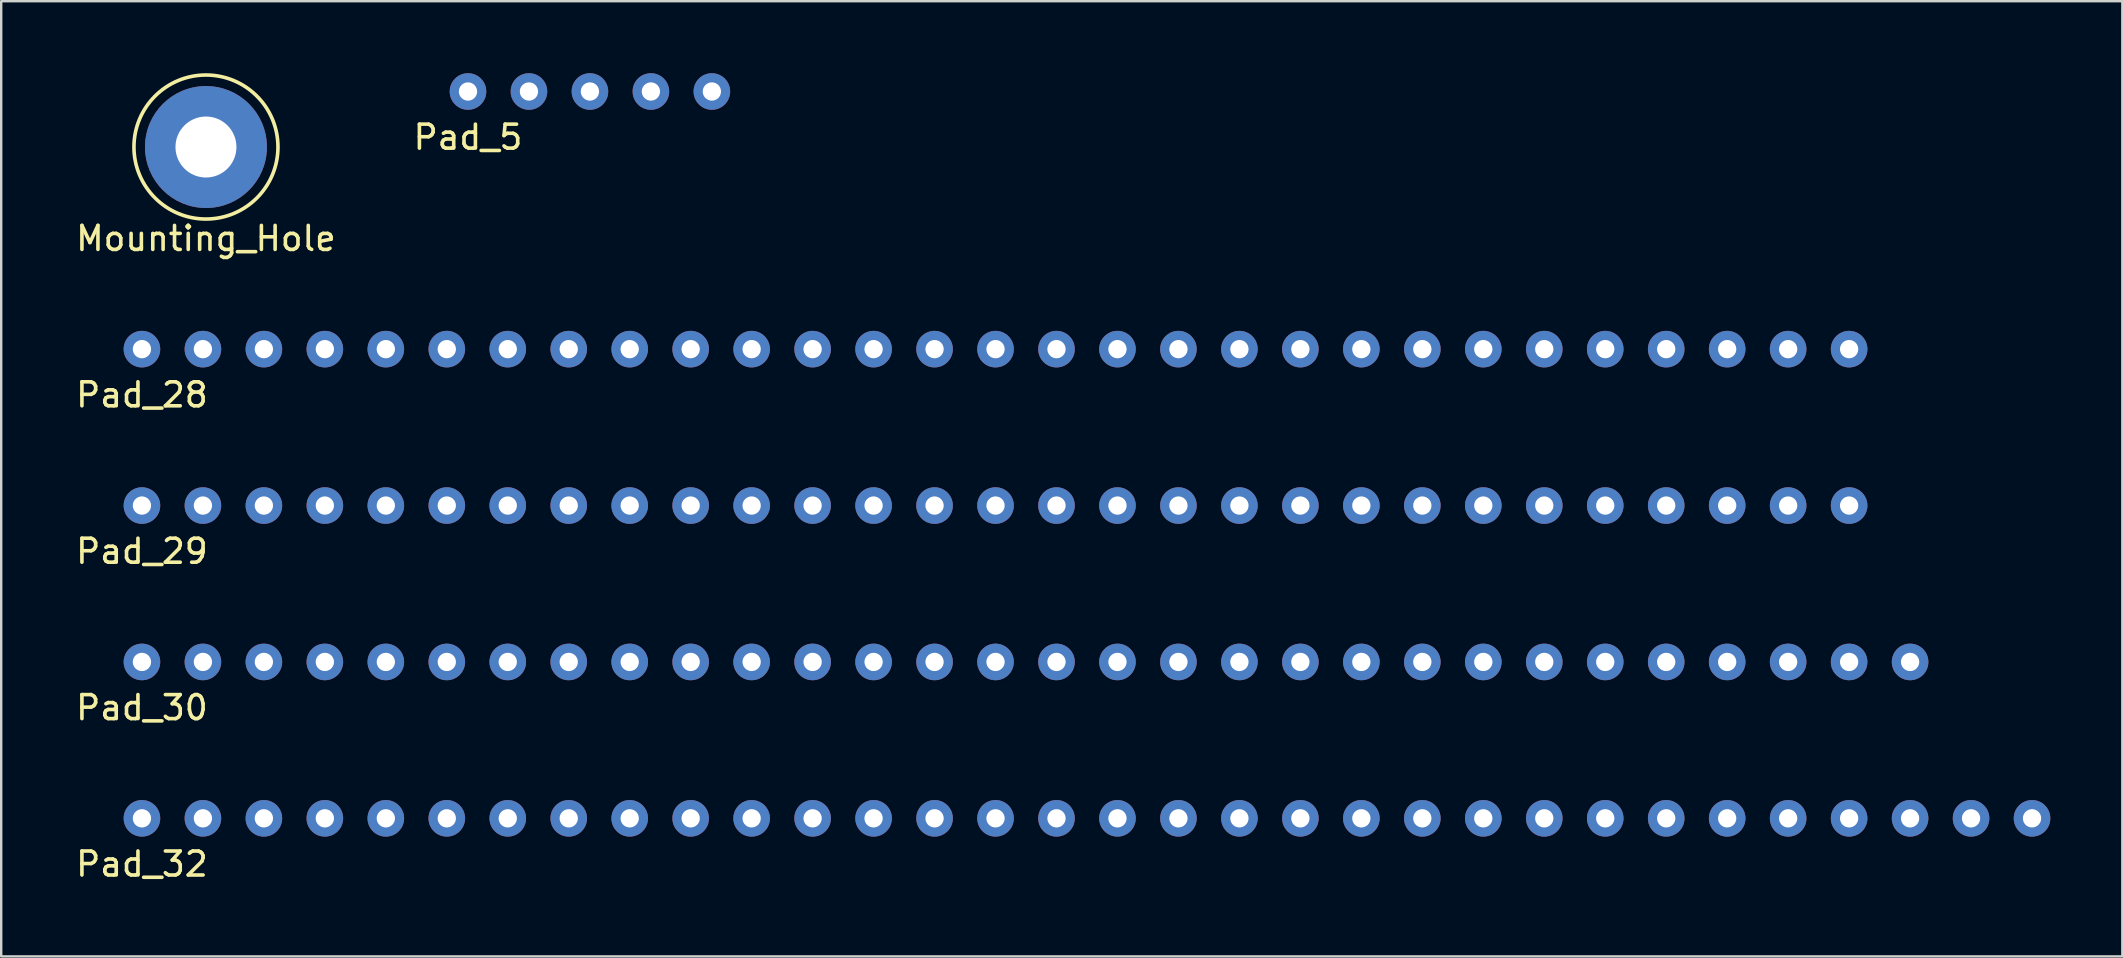
<source format=kicad_pcb>
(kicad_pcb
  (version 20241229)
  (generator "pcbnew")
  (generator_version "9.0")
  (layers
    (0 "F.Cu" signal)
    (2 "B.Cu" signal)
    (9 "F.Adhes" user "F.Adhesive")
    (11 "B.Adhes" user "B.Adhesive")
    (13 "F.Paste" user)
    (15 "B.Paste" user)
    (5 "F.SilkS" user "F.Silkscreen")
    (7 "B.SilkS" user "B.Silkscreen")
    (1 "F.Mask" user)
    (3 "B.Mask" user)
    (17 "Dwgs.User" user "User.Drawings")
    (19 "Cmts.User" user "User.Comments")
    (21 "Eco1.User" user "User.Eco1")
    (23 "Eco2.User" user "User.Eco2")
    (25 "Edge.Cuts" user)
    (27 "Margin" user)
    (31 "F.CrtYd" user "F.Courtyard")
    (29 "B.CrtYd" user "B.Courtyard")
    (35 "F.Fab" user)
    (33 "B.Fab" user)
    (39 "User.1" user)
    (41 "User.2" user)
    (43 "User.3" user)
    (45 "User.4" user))
  (footprint "Pad_32"
    (layer "F.Cu")
    (at 2.863 31.041)
    (property "Reference" "Pad_32" (at 0 1.905 0) (layer "F.SilkS") (effects (font (size 1 1) (thickness 0.15))))
    (attr through_hole)
    (pad "1" thru_hole circle (at 0 0) (size 1.524 1.524) (drill 0.762) (layers "*.Cu" "*.Mask"))
    (pad "1" thru_hole circle (at 2.54 0) (size 1.524 1.524) (drill 0.762) (layers "*.Cu" "*.Mask"))
    (pad "1" thru_hole circle (at 5.08 0) (size 1.524 1.524) (drill 0.762) (layers "*.Cu" "*.Mask"))
    (pad "1" thru_hole circle (at 7.62 0) (size 1.524 1.524) (drill 0.762) (layers "*.Cu" "*.Mask"))
    (pad "1" thru_hole circle (at 10.16 0) (size 1.524 1.524) (drill 0.762) (layers "*.Cu" "*.Mask"))
    (pad "1" thru_hole circle (at 12.7 0) (size 1.524 1.524) (drill 0.762) (layers "*.Cu" "*.Mask"))
    (pad "1" thru_hole circle (at 15.24 0) (size 1.524 1.524) (drill 0.762) (layers "*.Cu" "*.Mask"))
    (pad "1" thru_hole circle (at 17.78 0) (size 1.524 1.524) (drill 0.762) (layers "*.Cu" "*.Mask"))
    (pad "1" thru_hole circle (at 20.32 0) (size 1.524 1.524) (drill 0.762) (layers "*.Cu" "*.Mask"))
    (pad "1" thru_hole circle (at 22.86 0) (size 1.524 1.524) (drill 0.762) (layers "*.Cu" "*.Mask"))
    (pad "1" thru_hole circle (at 25.4 0) (size 1.524 1.524) (drill 0.762) (layers "*.Cu" "*.Mask"))
    (pad "1" thru_hole circle (at 27.94 0) (size 1.524 1.524) (drill 0.762) (layers "*.Cu" "*.Mask"))
    (pad "1" thru_hole circle (at 30.48 0) (size 1.524 1.524) (drill 0.762) (layers "*.Cu" "*.Mask"))
    (pad "1" thru_hole circle (at 33.02 0) (size 1.524 1.524) (drill 0.762) (layers "*.Cu" "*.Mask"))
    (pad "1" thru_hole circle (at 35.56 0) (size 1.524 1.524) (drill 0.762) (layers "*.Cu" "*.Mask"))
    (pad "1" thru_hole circle (at 38.1 0) (size 1.524 1.524) (drill 0.762) (layers "*.Cu" "*.Mask"))
    (pad "1" thru_hole circle (at 40.64 0) (size 1.524 1.524) (drill 0.762) (layers "*.Cu" "*.Mask"))
    (pad "1" thru_hole circle (at 43.18 0) (size 1.524 1.524) (drill 0.762) (layers "*.Cu" "*.Mask"))
    (pad "1" thru_hole circle (at 45.72 0) (size 1.524 1.524) (drill 0.762) (layers "*.Cu" "*.Mask"))
    (pad "1" thru_hole circle (at 48.26 0) (size 1.524 1.524) (drill 0.762) (layers "*.Cu" "*.Mask"))
    (pad "1" thru_hole circle (at 50.8 0) (size 1.524 1.524) (drill 0.762) (layers "*.Cu" "*.Mask"))
    (pad "1" thru_hole circle (at 53.34 0) (size 1.524 1.524) (drill 0.762) (layers "*.Cu" "*.Mask"))
    (pad "1" thru_hole circle (at 55.88 0) (size 1.524 1.524) (drill 0.762) (layers "*.Cu" "*.Mask"))
    (pad "1" thru_hole circle (at 58.42 0) (size 1.524 1.524) (drill 0.762) (layers "*.Cu" "*.Mask"))
    (pad "1" thru_hole circle (at 60.96 0) (size 1.524 1.524) (drill 0.762) (layers "*.Cu" "*.Mask"))
    (pad "1" thru_hole circle (at 63.5 0) (size 1.524 1.524) (drill 0.762) (layers "*.Cu" "*.Mask"))
    (pad "1" thru_hole circle (at 66.04 0) (size 1.524 1.524) (drill 0.762) (layers "*.Cu" "*.Mask"))
    (pad "1" thru_hole circle (at 68.58 0) (size 1.524 1.524) (drill 0.762) (layers "*.Cu" "*.Mask"))
    (pad "1" thru_hole circle (at 71.12 0) (size 1.524 1.524) (drill 0.762) (layers "*.Cu" "*.Mask"))
    (pad "1" thru_hole circle (at 73.66 0) (size 1.524 1.524) (drill 0.762) (layers "*.Cu" "*.Mask"))
    (pad "1" thru_hole circle (at 76.2 0) (size 1.524 1.524) (drill 0.762) (layers "*.Cu" "*.Mask"))
    (pad "1" thru_hole circle (at 78.74 0) (size 1.524 1.524) (drill 0.762) (layers "*.Cu" "*.Mask")))
  (footprint "Pad_30"
    (layer "F.Cu")
    (at 2.863 24.526)
    (property "Reference" "Pad_30" (at 0 1.905 0) (layer "F.SilkS") (effects (font (size 1 1) (thickness 0.15))))
    (attr through_hole)
    (pad "1" thru_hole circle (at 0 0) (size 1.524 1.524) (drill 0.762) (layers "*.Cu" "*.Mask"))
    (pad "1" thru_hole circle (at 2.54 0) (size 1.524 1.524) (drill 0.762) (layers "*.Cu" "*.Mask"))
    (pad "1" thru_hole circle (at 5.08 0) (size 1.524 1.524) (drill 0.762) (layers "*.Cu" "*.Mask"))
    (pad "1" thru_hole circle (at 7.62 0) (size 1.524 1.524) (drill 0.762) (layers "*.Cu" "*.Mask"))
    (pad "1" thru_hole circle (at 10.16 0) (size 1.524 1.524) (drill 0.762) (layers "*.Cu" "*.Mask"))
    (pad "1" thru_hole circle (at 12.7 0) (size 1.524 1.524) (drill 0.762) (layers "*.Cu" "*.Mask"))
    (pad "1" thru_hole circle (at 15.24 0) (size 1.524 1.524) (drill 0.762) (layers "*.Cu" "*.Mask"))
    (pad "1" thru_hole circle (at 17.78 0) (size 1.524 1.524) (drill 0.762) (layers "*.Cu" "*.Mask"))
    (pad "1" thru_hole circle (at 20.32 0) (size 1.524 1.524) (drill 0.762) (layers "*.Cu" "*.Mask"))
    (pad "1" thru_hole circle (at 22.86 0) (size 1.524 1.524) (drill 0.762) (layers "*.Cu" "*.Mask"))
    (pad "1" thru_hole circle (at 25.4 0) (size 1.524 1.524) (drill 0.762) (layers "*.Cu" "*.Mask"))
    (pad "1" thru_hole circle (at 27.94 0) (size 1.524 1.524) (drill 0.762) (layers "*.Cu" "*.Mask"))
    (pad "1" thru_hole circle (at 30.48 0) (size 1.524 1.524) (drill 0.762) (layers "*.Cu" "*.Mask"))
    (pad "1" thru_hole circle (at 33.02 0) (size 1.524 1.524) (drill 0.762) (layers "*.Cu" "*.Mask"))
    (pad "1" thru_hole circle (at 35.56 0) (size 1.524 1.524) (drill 0.762) (layers "*.Cu" "*.Mask"))
    (pad "1" thru_hole circle (at 38.1 0) (size 1.524 1.524) (drill 0.762) (layers "*.Cu" "*.Mask"))
    (pad "1" thru_hole circle (at 40.64 0) (size 1.524 1.524) (drill 0.762) (layers "*.Cu" "*.Mask"))
    (pad "1" thru_hole circle (at 43.18 0) (size 1.524 1.524) (drill 0.762) (layers "*.Cu" "*.Mask"))
    (pad "1" thru_hole circle (at 45.72 0) (size 1.524 1.524) (drill 0.762) (layers "*.Cu" "*.Mask"))
    (pad "1" thru_hole circle (at 48.26 0) (size 1.524 1.524) (drill 0.762) (layers "*.Cu" "*.Mask"))
    (pad "1" thru_hole circle (at 50.8 0) (size 1.524 1.524) (drill 0.762) (layers "*.Cu" "*.Mask"))
    (pad "1" thru_hole circle (at 53.34 0) (size 1.524 1.524) (drill 0.762) (layers "*.Cu" "*.Mask"))
    (pad "1" thru_hole circle (at 55.88 0) (size 1.524 1.524) (drill 0.762) (layers "*.Cu" "*.Mask"))
    (pad "1" thru_hole circle (at 58.42 0) (size 1.524 1.524) (drill 0.762) (layers "*.Cu" "*.Mask"))
    (pad "1" thru_hole circle (at 60.96 0) (size 1.524 1.524) (drill 0.762) (layers "*.Cu" "*.Mask"))
    (pad "1" thru_hole circle (at 63.5 0) (size 1.524 1.524) (drill 0.762) (layers "*.Cu" "*.Mask"))
    (pad "1" thru_hole circle (at 66.04 0) (size 1.524 1.524) (drill 0.762) (layers "*.Cu" "*.Mask"))
    (pad "1" thru_hole circle (at 68.58 0) (size 1.524 1.524) (drill 0.762) (layers "*.Cu" "*.Mask"))
    (pad "1" thru_hole circle (at 71.12 0) (size 1.524 1.524) (drill 0.762) (layers "*.Cu" "*.Mask"))
    (pad "1" thru_hole circle (at 73.66 0) (size 1.524 1.524) (drill 0.762) (layers "*.Cu" "*.Mask")))
  (footprint "Pad_29"
    (layer "F.Cu")
    (at 2.863 18.011)
    (property "Reference" "Pad_29" (at 0 1.905 0) (layer "F.SilkS") (effects (font (size 1 1) (thickness 0.15))))
    (attr through_hole)
    (pad "1" thru_hole circle (at 0 0) (size 1.524 1.524) (drill 0.762) (layers "*.Cu" "*.Mask"))
    (pad "1" thru_hole circle (at 2.54 0) (size 1.524 1.524) (drill 0.762) (layers "*.Cu" "*.Mask"))
    (pad "1" thru_hole circle (at 5.08 0) (size 1.524 1.524) (drill 0.762) (layers "*.Cu" "*.Mask"))
    (pad "1" thru_hole circle (at 7.62 0) (size 1.524 1.524) (drill 0.762) (layers "*.Cu" "*.Mask"))
    (pad "1" thru_hole circle (at 10.16 0) (size 1.524 1.524) (drill 0.762) (layers "*.Cu" "*.Mask"))
    (pad "1" thru_hole circle (at 12.7 0) (size 1.524 1.524) (drill 0.762) (layers "*.Cu" "*.Mask"))
    (pad "1" thru_hole circle (at 15.24 0) (size 1.524 1.524) (drill 0.762) (layers "*.Cu" "*.Mask"))
    (pad "1" thru_hole circle (at 17.78 0) (size 1.524 1.524) (drill 0.762) (layers "*.Cu" "*.Mask"))
    (pad "1" thru_hole circle (at 20.32 0) (size 1.524 1.524) (drill 0.762) (layers "*.Cu" "*.Mask"))
    (pad "1" thru_hole circle (at 22.86 0) (size 1.524 1.524) (drill 0.762) (layers "*.Cu" "*.Mask"))
    (pad "1" thru_hole circle (at 25.4 0) (size 1.524 1.524) (drill 0.762) (layers "*.Cu" "*.Mask"))
    (pad "1" thru_hole circle (at 27.94 0) (size 1.524 1.524) (drill 0.762) (layers "*.Cu" "*.Mask"))
    (pad "1" thru_hole circle (at 30.48 0) (size 1.524 1.524) (drill 0.762) (layers "*.Cu" "*.Mask"))
    (pad "1" thru_hole circle (at 33.02 0) (size 1.524 1.524) (drill 0.762) (layers "*.Cu" "*.Mask"))
    (pad "1" thru_hole circle (at 35.56 0) (size 1.524 1.524) (drill 0.762) (layers "*.Cu" "*.Mask"))
    (pad "1" thru_hole circle (at 38.1 0) (size 1.524 1.524) (drill 0.762) (layers "*.Cu" "*.Mask"))
    (pad "1" thru_hole circle (at 40.64 0) (size 1.524 1.524) (drill 0.762) (layers "*.Cu" "*.Mask"))
    (pad "1" thru_hole circle (at 43.18 0) (size 1.524 1.524) (drill 0.762) (layers "*.Cu" "*.Mask"))
    (pad "1" thru_hole circle (at 45.72 0) (size 1.524 1.524) (drill 0.762) (layers "*.Cu" "*.Mask"))
    (pad "1" thru_hole circle (at 48.26 0) (size 1.524 1.524) (drill 0.762) (layers "*.Cu" "*.Mask"))
    (pad "1" thru_hole circle (at 50.8 0) (size 1.524 1.524) (drill 0.762) (layers "*.Cu" "*.Mask"))
    (pad "1" thru_hole circle (at 53.34 0) (size 1.524 1.524) (drill 0.762) (layers "*.Cu" "*.Mask"))
    (pad "1" thru_hole circle (at 55.88 0) (size 1.524 1.524) (drill 0.762) (layers "*.Cu" "*.Mask"))
    (pad "1" thru_hole circle (at 58.42 0) (size 1.524 1.524) (drill 0.762) (layers "*.Cu" "*.Mask"))
    (pad "1" thru_hole circle (at 60.96 0) (size 1.524 1.524) (drill 0.762) (layers "*.Cu" "*.Mask"))
    (pad "1" thru_hole circle (at 63.5 0) (size 1.524 1.524) (drill 0.762) (layers "*.Cu" "*.Mask"))
    (pad "1" thru_hole circle (at 66.04 0) (size 1.524 1.524) (drill 0.762) (layers "*.Cu" "*.Mask"))
    (pad "1" thru_hole circle (at 68.58 0) (size 1.524 1.524) (drill 0.762) (layers "*.Cu" "*.Mask"))
    (pad "1" thru_hole circle (at 71.12 0) (size 1.524 1.524) (drill 0.762) (layers "*.Cu" "*.Mask")))
  (footprint "Mounting_Hole"
    (layer "F.Cu")
    (at 5.53 3.075)
    (property "Reference" "Mounting_Hole" (at 0 3.81 0) (layer "F.SilkS") (effects (font (size 1 1) (thickness 0.15))))
    (attr through_hole)
    (fp_circle (center 0 0) (end 3 0) (stroke (width 0.15) (type solid)) (fill no) (layer "F.SilkS"))
    (pad "1" thru_hole circle (at 0 0) (size 5.08 5.08) (drill 2.54) (layers "*.Cu" "*.Mask")))
  (footprint "Pad_28"
    (layer "F.Cu")
    (at 2.863 11.495)
    (property "Reference" "Pad_28" (at 0 1.905 0) (layer "F.SilkS") (effects (font (size 1 1) (thickness 0.15))))
    (attr through_hole)
    (pad "1" thru_hole circle (at 0 0) (size 1.524 1.524) (drill 0.762) (layers "*.Cu" "*.Mask"))
    (pad "1" thru_hole circle (at 2.54 0) (size 1.524 1.524) (drill 0.762) (layers "*.Cu" "*.Mask"))
    (pad "1" thru_hole circle (at 5.08 0) (size 1.524 1.524) (drill 0.762) (layers "*.Cu" "*.Mask"))
    (pad "1" thru_hole circle (at 7.62 0) (size 1.524 1.524) (drill 0.762) (layers "*.Cu" "*.Mask"))
    (pad "1" thru_hole circle (at 10.16 0) (size 1.524 1.524) (drill 0.762) (layers "*.Cu" "*.Mask"))
    (pad "1" thru_hole circle (at 12.7 0) (size 1.524 1.524) (drill 0.762) (layers "*.Cu" "*.Mask"))
    (pad "1" thru_hole circle (at 15.24 0) (size 1.524 1.524) (drill 0.762) (layers "*.Cu" "*.Mask"))
    (pad "1" thru_hole circle (at 17.78 0) (size 1.524 1.524) (drill 0.762) (layers "*.Cu" "*.Mask"))
    (pad "1" thru_hole circle (at 20.32 0) (size 1.524 1.524) (drill 0.762) (layers "*.Cu" "*.Mask"))
    (pad "1" thru_hole circle (at 22.86 0) (size 1.524 1.524) (drill 0.762) (layers "*.Cu" "*.Mask"))
    (pad "1" thru_hole circle (at 25.4 0) (size 1.524 1.524) (drill 0.762) (layers "*.Cu" "*.Mask"))
    (pad "1" thru_hole circle (at 27.94 0) (size 1.524 1.524) (drill 0.762) (layers "*.Cu" "*.Mask"))
    (pad "1" thru_hole circle (at 30.48 0) (size 1.524 1.524) (drill 0.762) (layers "*.Cu" "*.Mask"))
    (pad "1" thru_hole circle (at 33.02 0) (size 1.524 1.524) (drill 0.762) (layers "*.Cu" "*.Mask"))
    (pad "1" thru_hole circle (at 35.56 0) (size 1.524 1.524) (drill 0.762) (layers "*.Cu" "*.Mask"))
    (pad "1" thru_hole circle (at 38.1 0) (size 1.524 1.524) (drill 0.762) (layers "*.Cu" "*.Mask"))
    (pad "1" thru_hole circle (at 40.64 0) (size 1.524 1.524) (drill 0.762) (layers "*.Cu" "*.Mask"))
    (pad "1" thru_hole circle (at 43.18 0) (size 1.524 1.524) (drill 0.762) (layers "*.Cu" "*.Mask"))
    (pad "1" thru_hole circle (at 45.72 0) (size 1.524 1.524) (drill 0.762) (layers "*.Cu" "*.Mask"))
    (pad "1" thru_hole circle (at 48.26 0) (size 1.524 1.524) (drill 0.762) (layers "*.Cu" "*.Mask"))
    (pad "1" thru_hole circle (at 50.8 0) (size 1.524 1.524) (drill 0.762) (layers "*.Cu" "*.Mask"))
    (pad "1" thru_hole circle (at 53.34 0) (size 1.524 1.524) (drill 0.762) (layers "*.Cu" "*.Mask"))
    (pad "1" thru_hole circle (at 55.88 0) (size 1.524 1.524) (drill 0.762) (layers "*.Cu" "*.Mask"))
    (pad "1" thru_hole circle (at 58.42 0) (size 1.524 1.524) (drill 0.762) (layers "*.Cu" "*.Mask"))
    (pad "1" thru_hole circle (at 60.96 0) (size 1.524 1.524) (drill 0.762) (layers "*.Cu" "*.Mask"))
    (pad "1" thru_hole circle (at 63.5 0) (size 1.524 1.524) (drill 0.762) (layers "*.Cu" "*.Mask"))
    (pad "1" thru_hole circle (at 66.04 0) (size 1.524 1.524) (drill 0.762) (layers "*.Cu" "*.Mask"))
    (pad "1" thru_hole circle (at 68.58 0) (size 1.524 1.524) (drill 0.762) (layers "*.Cu" "*.Mask"))
    (pad "1" thru_hole circle (at 71.12 0) (size 1.524 1.524) (drill 0.762) (layers "*.Cu" "*.Mask")))
  (footprint "Pad_5"
    (layer "F.Cu")
    (at 16.446 0.762)
    (property "Reference" "Pad_5" (at 0 1.905 0) (layer "F.SilkS") (effects (font (size 1 1) (thickness 0.15))))
    (attr through_hole)
    (pad "1" thru_hole circle (at 0 0) (size 1.524 1.524) (drill 0.762) (layers "*.Cu" "*.Mask"))
    (pad "1" thru_hole circle (at 2.54 0) (size 1.524 1.524) (drill 0.762) (layers "*.Cu" "*.Mask"))
    (pad "1" thru_hole circle (at 5.08 0) (size 1.524 1.524) (drill 0.762) (layers "*.Cu" "*.Mask"))
    (pad "1" thru_hole circle (at 7.62 0) (size 1.524 1.524) (drill 0.762) (layers "*.Cu" "*.Mask"))
    (pad "1" thru_hole circle (at 10.16 0) (size 1.524 1.524) (drill 0.762) (layers "*.Cu" "*.Mask")))
  (gr_rect
    (start -3 -3)
    (end 85.365 36.794)
    (stroke (width 0.1) (type default))
    (fill no)
    (layer "Edge.Cuts")))
</source>
